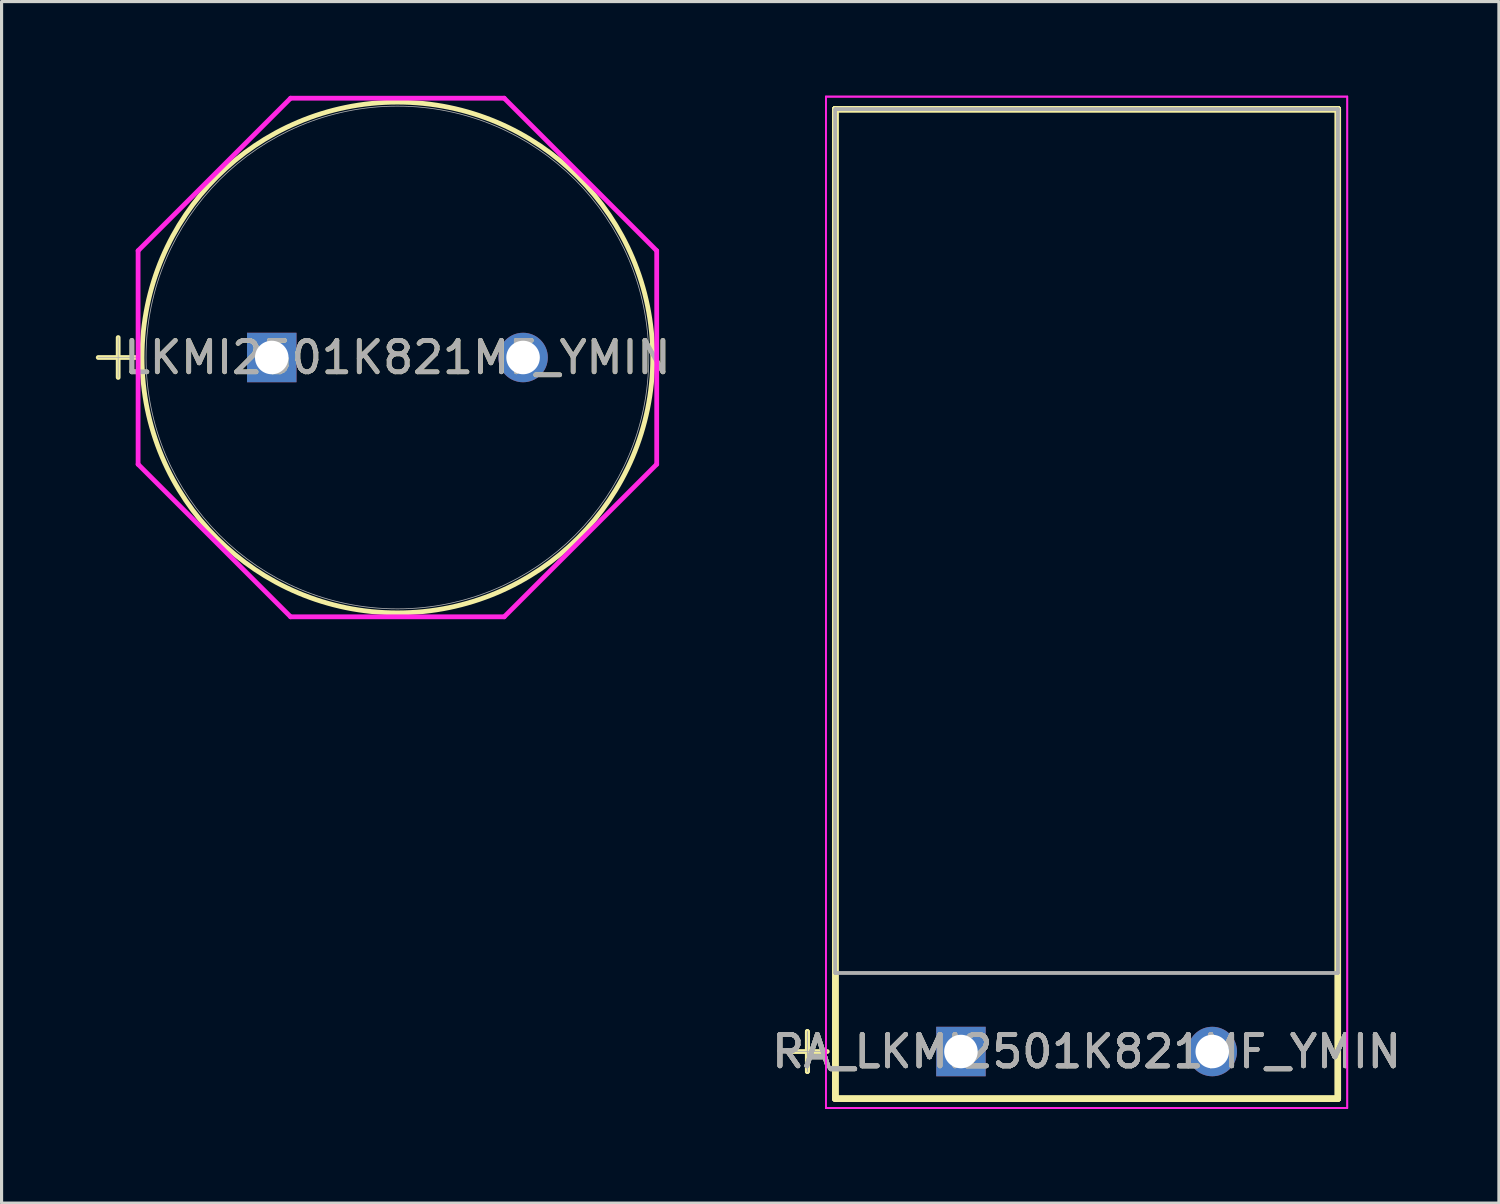
<source format=kicad_pcb>
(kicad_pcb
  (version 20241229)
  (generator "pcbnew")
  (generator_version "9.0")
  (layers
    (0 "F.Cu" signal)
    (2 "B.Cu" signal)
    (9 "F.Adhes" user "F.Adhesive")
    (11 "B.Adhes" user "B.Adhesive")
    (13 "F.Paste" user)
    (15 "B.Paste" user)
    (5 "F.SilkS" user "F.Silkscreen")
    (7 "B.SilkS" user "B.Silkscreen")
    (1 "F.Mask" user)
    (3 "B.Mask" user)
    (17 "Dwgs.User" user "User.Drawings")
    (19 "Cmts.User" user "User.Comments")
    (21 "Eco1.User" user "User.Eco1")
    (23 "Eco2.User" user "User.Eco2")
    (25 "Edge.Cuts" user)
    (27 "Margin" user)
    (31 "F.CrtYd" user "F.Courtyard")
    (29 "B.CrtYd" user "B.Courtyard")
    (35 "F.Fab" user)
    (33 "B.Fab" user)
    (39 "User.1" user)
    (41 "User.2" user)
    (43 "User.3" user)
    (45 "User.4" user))
  (footprint "RA_LKMI2501K821MF_YMIN"
    (layer "F.Cu")
    (at 27.541 30.425)
    (property "Reference" "RA_LKMI2501K821MF_YMIN" (at 4 0 0) (unlocked yes) (layer "F.SilkS") (effects (font (size 1 1) (thickness 0.15))))
    (attr through_hole)
    (fp_line (start -5.524 0) (end -4.255 0) (stroke (width 0.152) (type solid)) (layer "F.SilkS"))
    (fp_line (start -4.889 -0.635) (end -4.889 0.635) (stroke (width 0.152) (type solid)) (layer "F.SilkS"))
    (fp_line (start -4.889 -0.635) (end -4.889 0.635) (stroke (width 0.152) (type solid)) (layer "F.SilkS"))
    (fp_line (start -4.889 -0.635) (end -4.889 0.635) (stroke (width 0.152) (type solid)) (layer "F.SilkS"))
    (fp_line (start -4 -30) (end 12 -30) (stroke (width 0.2) (type solid)) (layer "F.SilkS"))
    (fp_line (start -4 -30) (end 12 -30) (stroke (width 0.2) (type solid)) (layer "F.SilkS"))
    (fp_line (start -4 -30) (end 12 -30) (stroke (width 0.2) (type solid)) (layer "F.SilkS"))
    (fp_line (start -4 -30) (end 12 -30) (stroke (width 0.2) (type solid)) (layer "F.SilkS"))
    (fp_line (start -4 1.5) (end -4 -30) (stroke (width 0.2) (type solid)) (layer "F.SilkS"))
    (fp_line (start -4 1.5) (end -4 -30) (stroke (width 0.2) (type solid)) (layer "F.SilkS"))
    (fp_line (start -4 1.5) (end -4 -30) (stroke (width 0.2) (type solid)) (layer "F.SilkS"))
    (fp_line (start -4 1.5) (end -4 -30) (stroke (width 0.2) (type solid)) (layer "F.SilkS"))
    (fp_line (start 12 -30) (end 12 1.5) (stroke (width 0.2) (type solid)) (layer "F.SilkS"))
    (fp_line (start 12 -30) (end 12 1.5) (stroke (width 0.2) (type solid)) (layer "F.SilkS"))
    (fp_line (start 12 -30) (end 12 1.5) (stroke (width 0.2) (type solid)) (layer "F.SilkS"))
    (fp_line (start 12 1.5) (end -4 1.5) (stroke (width 0.2) (type solid)) (layer "F.SilkS"))
    (fp_line (start 12 1.5) (end -4 1.5) (stroke (width 0.2) (type solid)) (layer "F.SilkS"))
    (fp_line (start 12 1.5) (end -4 1.5) (stroke (width 0.2) (type solid)) (layer "F.SilkS"))
    (fp_line (start -4.3 -30.4) (end 12.3 -30.4) (stroke (width 0.05) (type solid)) (layer "F.CrtYd"))
    (fp_line (start -4.3 -30.4) (end 12.3 -30.4) (stroke (width 0.05) (type solid)) (layer "F.CrtYd"))
    (fp_line (start -4.3 -30.4) (end 12.3 -30.4) (stroke (width 0.05) (type solid)) (layer "F.CrtYd"))
    (fp_line (start -4.3 1.8) (end -4.3 -30.4) (stroke (width 0.05) (type solid)) (layer "F.CrtYd"))
    (fp_line (start -4.3 1.8) (end -4.3 -30.4) (stroke (width 0.05) (type solid)) (layer "F.CrtYd"))
    (fp_line (start -4.3 1.8) (end -4.3 -30.4) (stroke (width 0.05) (type solid)) (layer "F.CrtYd"))
    (fp_line (start 12.3 -30.4) (end 12.3 1.8) (stroke (width 0.05) (type solid)) (layer "F.CrtYd"))
    (fp_line (start 12.3 -30.4) (end 12.3 1.8) (stroke (width 0.05) (type solid)) (layer "F.CrtYd"))
    (fp_line (start 12.3 -30.4) (end 12.3 1.8) (stroke (width 0.05) (type solid)) (layer "F.CrtYd"))
    (fp_line (start 12.3 1.8) (end -4.3 1.8) (stroke (width 0.05) (type default)) (layer "F.CrtYd"))
    (fp_line (start 12.3 1.8) (end -4.3 1.8) (stroke (width 0.05) (type default)) (layer "F.CrtYd"))
    (fp_line (start 12.3 1.8) (end -4.3 1.8) (stroke (width 0.05) (type default)) (layer "F.CrtYd"))
    (fp_line (start -5.524 0) (end -4.255 0) (stroke (width 0.025) (type solid)) (layer "F.Fab"))
    (fp_line (start -4.889 -0.635) (end -4.889 0.635) (stroke (width 0.025) (type solid)) (layer "F.Fab"))
    (fp_line (start -4.889 -0.635) (end -4.889 0.635) (stroke (width 0.025) (type solid)) (layer "F.Fab"))
    (fp_line (start -4.889 -0.635) (end -4.889 0.635) (stroke (width 0.025) (type solid)) (layer "F.Fab"))
    (fp_line (start -4 -2.5) (end -4 -30) (stroke (width 0.1) (type solid)) (layer "F.Fab"))
    (fp_line (start -4 -2.5) (end -4 -30) (stroke (width 0.1) (type solid)) (layer "F.Fab"))
    (fp_line (start -4 -2.5) (end -4 -30) (stroke (width 0.1) (type solid)) (layer "F.Fab"))
    (fp_line (start -4 -2.5) (end -4 -30) (stroke (width 0.1) (type solid)) (layer "F.Fab"))
    (fp_line (start -4 -30) (end 12 -30) (stroke (width 0.1) (type solid)) (layer "F.Fab"))
    (fp_line (start -4 -30) (end 12 -30) (stroke (width 0.1) (type solid)) (layer "F.Fab"))
    (fp_line (start -4 -30) (end 12 -30) (stroke (width 0.1) (type solid)) (layer "F.Fab"))
    (fp_line (start 12 -30) (end 12 -2.5) (stroke (width 0.1) (type solid)) (layer "F.Fab"))
    (fp_line (start 12 -30) (end 12 -2.5) (stroke (width 0.1) (type solid)) (layer "F.Fab"))
    (fp_line (start 12 -30) (end 12 -2.5) (stroke (width 0.1) (type solid)) (layer "F.Fab"))
    (fp_line (start 12 -2.5) (end -4 -2.5) (stroke (width 0.1) (type default)) (layer "F.Fab"))
    (fp_line (start 12 -2.5) (end -4 -2.5) (stroke (width 0.1) (type default)) (layer "F.Fab"))
    (fp_line (start 12 -2.5) (end -4 -2.5) (stroke (width 0.1) (type default)) (layer "F.Fab"))
    (fp_text user "${REFERENCE}" (at 4 0 0) (unlocked yes) (layer "F.Fab") (effects (font (size 1 1) (thickness 0.15))))
    (fp_text user "${REFERENCE}" (at 4 0 0) (unlocked yes) (layer "F.Fab") (effects (font (size 1 1) (thickness 0.15))))
    (fp_text user "${REFERENCE}" (at 4 0 0) (unlocked yes) (layer "F.Fab") (effects (font (size 1 1) (thickness 0.15))))
    (fp_text user "${REFERENCE}" (at 4 0 0) (unlocked yes) (layer "F.Fab") (effects (font (size 1 1) (thickness 0.15))))
    (pad "1" thru_hole rect (at 0 0) (size 1.575 1.575) (drill 1.067) (layers "*.Cu" "*.Mask"))
    (pad "2" thru_hole circle (at 8.001 0) (size 1.575 1.575) (drill 1.067) (layers "*.Cu" "*.Mask")))
  (footprint "LKMI2501K821MF_YMIN"
    (layer "F.Cu")
    (at 5.601 8.331)
    (property "Reference" "LKMI2501K821MF_YMIN" (at 4 0 0) (unlocked yes) (layer "F.SilkS") (effects (font (size 1 1) (thickness 0.15))))
    (attr through_hole)
    (fp_line (start -5.524 0) (end -4.255 0) (stroke (width 0.152) (type solid)) (layer "F.SilkS"))
    (fp_line (start -4.889 -0.635) (end -4.889 0.635) (stroke (width 0.152) (type solid)) (layer "F.SilkS"))
    (fp_circle (center 4 0) (end 12.129 0) (stroke (width 0.152) (type solid)) (fill no) (layer "F.SilkS"))
    (fp_line (start -4.255 -3.399) (end 0.601 -8.255) (stroke (width 0.152) (type solid)) (layer "F.CrtYd"))
    (fp_line (start -4.255 3.399) (end -4.255 -3.399) (stroke (width 0.152) (type solid)) (layer "F.CrtYd"))
    (fp_line (start 0.601 -8.255) (end 7.4 -8.255) (stroke (width 0.152) (type solid)) (layer "F.CrtYd"))
    (fp_line (start 0.601 8.255) (end -4.255 3.399) (stroke (width 0.152) (type solid)) (layer "F.CrtYd"))
    (fp_line (start 7.4 -8.255) (end 12.255 -3.399) (stroke (width 0.152) (type solid)) (layer "F.CrtYd"))
    (fp_line (start 7.4 8.255) (end 0.601 8.255) (stroke (width 0.152) (type solid)) (layer "F.CrtYd"))
    (fp_line (start 12.255 -3.399) (end 12.255 3.399) (stroke (width 0.152) (type solid)) (layer "F.CrtYd"))
    (fp_line (start 12.255 3.399) (end 7.4 8.255) (stroke (width 0.152) (type solid)) (layer "F.CrtYd"))
    (fp_line (start -5.524 0) (end -4.255 0) (stroke (width 0.025) (type solid)) (layer "F.Fab"))
    (fp_line (start -4.889 -0.635) (end -4.889 0.635) (stroke (width 0.025) (type solid)) (layer "F.Fab"))
    (fp_circle (center 4 0) (end 12.002 0) (stroke (width 0.025) (type solid)) (fill no) (layer "F.Fab"))
    (fp_text user "${REFERENCE}" (at 4 0 0) (unlocked yes) (layer "F.Fab") (effects (font (size 1 1) (thickness 0.15))))
    (pad "1" thru_hole rect (at 0 0) (size 1.575 1.575) (drill 1.067) (layers "*.Cu" "*.Mask"))
    (pad "2" thru_hole circle (at 8.001 0) (size 1.575 1.575) (drill 1.067) (layers "*.Cu" "*.Mask")))
  (gr_rect
    (start -3 -3)
    (end 44.667 35.25)
    (stroke (width 0.1) (type default))
    (fill no)
    (layer "Edge.Cuts")))
</source>
